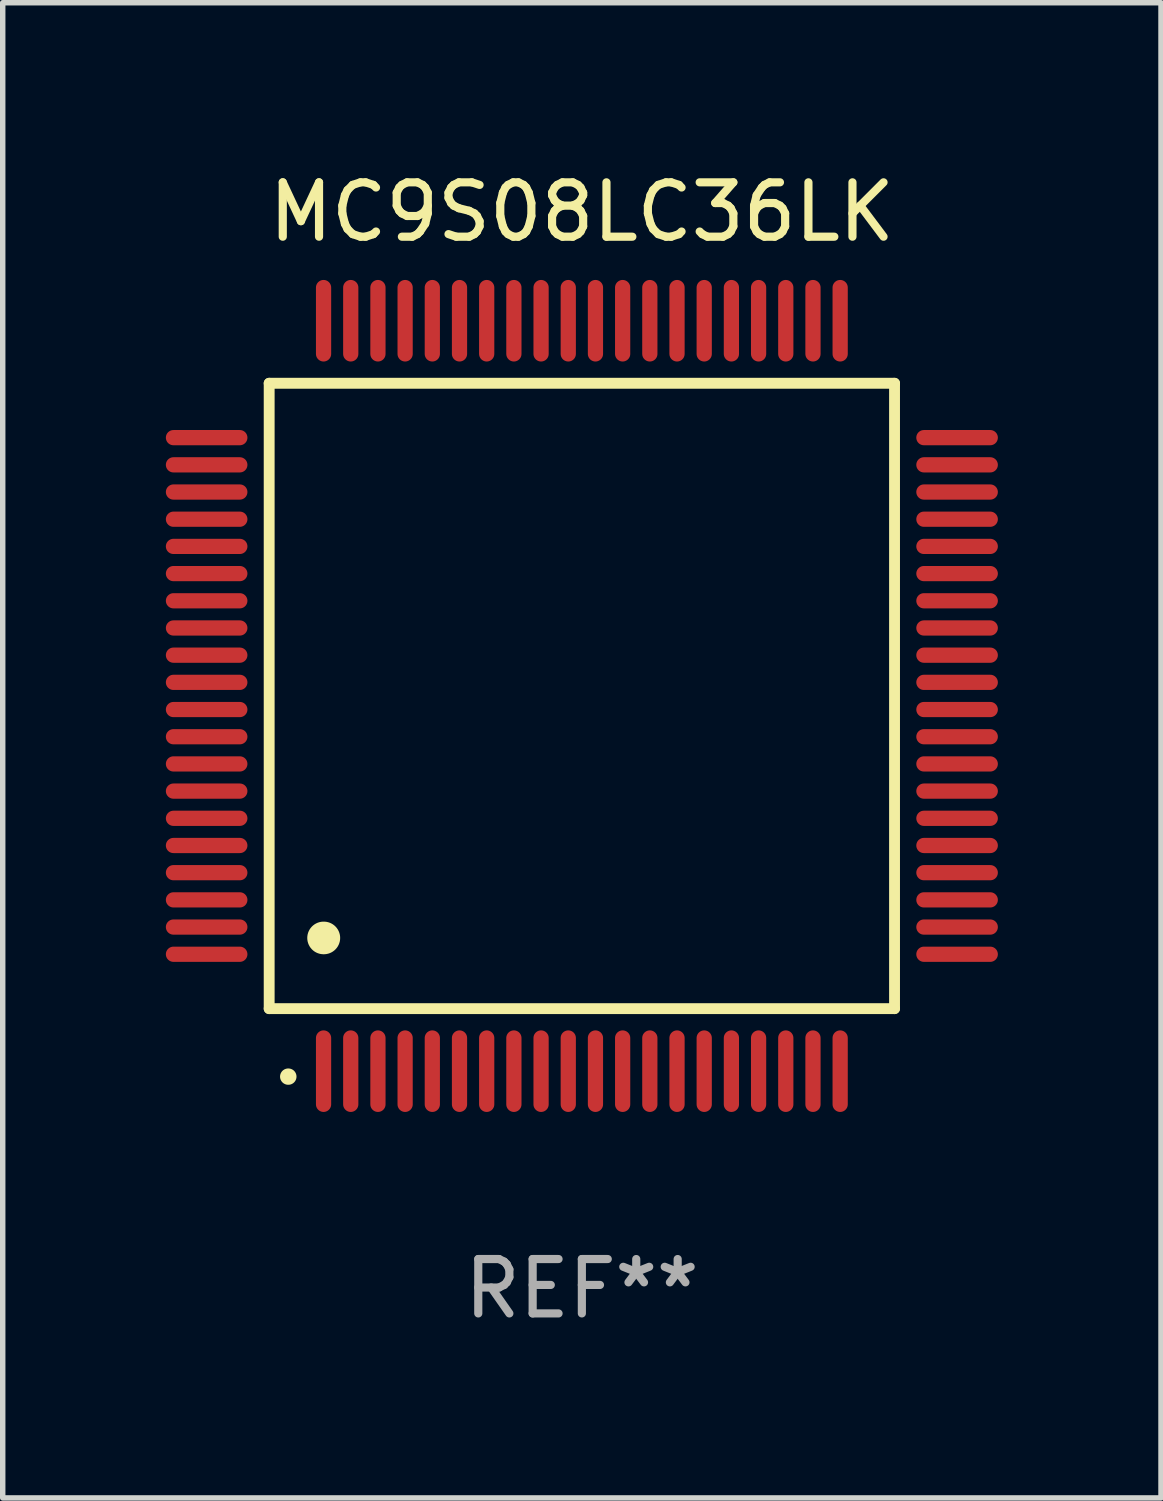
<source format=kicad_pcb>
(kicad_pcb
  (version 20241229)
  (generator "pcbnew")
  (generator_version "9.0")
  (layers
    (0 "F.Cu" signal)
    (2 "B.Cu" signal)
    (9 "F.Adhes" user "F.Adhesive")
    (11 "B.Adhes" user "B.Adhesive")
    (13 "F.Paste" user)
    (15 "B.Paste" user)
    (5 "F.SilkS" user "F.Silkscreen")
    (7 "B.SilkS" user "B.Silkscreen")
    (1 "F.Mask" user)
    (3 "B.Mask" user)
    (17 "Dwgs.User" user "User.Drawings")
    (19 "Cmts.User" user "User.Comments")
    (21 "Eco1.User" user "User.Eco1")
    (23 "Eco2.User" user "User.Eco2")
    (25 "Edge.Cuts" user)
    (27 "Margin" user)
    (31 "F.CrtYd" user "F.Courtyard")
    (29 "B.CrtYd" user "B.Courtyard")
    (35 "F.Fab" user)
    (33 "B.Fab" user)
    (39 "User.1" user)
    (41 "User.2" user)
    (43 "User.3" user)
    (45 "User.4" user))
  (footprint "MC9S08LC36LK"
    (layer "F.Cu")
    (at 7.65 9.748)
    (property "Reference" "MC9S08LC36LK" (at 0 -8.9 0) (layer "F.SilkS") (effects (font (size 1 1) (thickness 0.15))))
    (attr through_hole)
    (fp_line (start -5.75 -5.75) (end 5.75 -5.75) (stroke (width 0.2) (type solid)) (layer "F.SilkS"))
    (fp_line (start -5.75 5.75) (end -5.75 -5.75) (stroke (width 0.2) (type solid)) (layer "F.SilkS"))
    (fp_line (start 5.75 -5.75) (end 5.75 5.75) (stroke (width 0.2) (type solid)) (layer "F.SilkS"))
    (fp_line (start 5.75 5.75) (end -5.75 5.75) (stroke (width 0.2) (type solid)) (layer "F.SilkS"))
    (fp_arc (start -5.400051 7.000254) (mid -5.398781 7.000249) (end -5.397511 7.000254) (stroke (width 0.3) (type solid)) (layer "F.SilkS"))
    (fp_arc (start -4.749809 4.450089) (mid -4.747269 4.450078) (end -4.744729 4.450089) (stroke (width 0.6) (type solid)) (layer "F.SilkS"))
    (fp_text user "REF**" (at 0 10.9 0) (layer "F.Fab") (effects (font (size 1 1) (thickness 0.15))))
    (pad "1" smd oval (at -4.75 6.9) (size 0.28 1.5) (layers "F.Cu" "F.Mask" "F.Paste"))
    (pad "2" smd oval (at -4.25 6.9) (size 0.28 1.5) (layers "F.Cu" "F.Mask" "F.Paste"))
    (pad "3" smd oval (at -3.75 6.9) (size 0.28 1.5) (layers "F.Cu" "F.Mask" "F.Paste"))
    (pad "4" smd oval (at -3.25 6.9) (size 0.28 1.5) (layers "F.Cu" "F.Mask" "F.Paste"))
    (pad "5" smd oval (at -2.75 6.9) (size 0.28 1.5) (layers "F.Cu" "F.Mask" "F.Paste"))
    (pad "6" smd oval (at -2.25 6.9) (size 0.28 1.5) (layers "F.Cu" "F.Mask" "F.Paste"))
    (pad "7" smd oval (at -1.75 6.9) (size 0.28 1.5) (layers "F.Cu" "F.Mask" "F.Paste"))
    (pad "8" smd oval (at -1.25 6.9) (size 0.28 1.5) (layers "F.Cu" "F.Mask" "F.Paste"))
    (pad "9" smd oval (at -0.75 6.9) (size 0.28 1.5) (layers "F.Cu" "F.Mask" "F.Paste"))
    (pad "10" smd oval (at -0.25 6.9) (size 0.28 1.5) (layers "F.Cu" "F.Mask" "F.Paste"))
    (pad "11" smd oval (at 0.25 6.9) (size 0.28 1.5) (layers "F.Cu" "F.Mask" "F.Paste"))
    (pad "12" smd oval (at 0.75 6.9) (size 0.28 1.5) (layers "F.Cu" "F.Mask" "F.Paste"))
    (pad "13" smd oval (at 1.25 6.9) (size 0.28 1.5) (layers "F.Cu" "F.Mask" "F.Paste"))
    (pad "14" smd oval (at 1.75 6.9) (size 0.28 1.5) (layers "F.Cu" "F.Mask" "F.Paste"))
    (pad "15" smd oval (at 2.25 6.9) (size 0.28 1.5) (layers "F.Cu" "F.Mask" "F.Paste"))
    (pad "16" smd oval (at 2.75 6.9) (size 0.28 1.5) (layers "F.Cu" "F.Mask" "F.Paste"))
    (pad "17" smd oval (at 3.25 6.9) (size 0.28 1.5) (layers "F.Cu" "F.Mask" "F.Paste"))
    (pad "18" smd oval (at 3.75 6.9) (size 0.28 1.5) (layers "F.Cu" "F.Mask" "F.Paste"))
    (pad "19" smd oval (at 4.25 6.9) (size 0.28 1.5) (layers "F.Cu" "F.Mask" "F.Paste"))
    (pad "20" smd oval (at 4.75 6.9) (size 0.28 1.5) (layers "F.Cu" "F.Mask" "F.Paste"))
    (pad "21" smd oval (at 6.9 4.75) (size 1.5 0.28) (layers "F.Cu" "F.Mask" "F.Paste"))
    (pad "22" smd oval (at 6.9 4.25) (size 1.5 0.28) (layers "F.Cu" "F.Mask" "F.Paste"))
    (pad "23" smd oval (at 6.9 3.75) (size 1.5 0.28) (layers "F.Cu" "F.Mask" "F.Paste"))
    (pad "24" smd oval (at 6.9 3.25) (size 1.5 0.28) (layers "F.Cu" "F.Mask" "F.Paste"))
    (pad "25" smd oval (at 6.9 2.75) (size 1.5 0.28) (layers "F.Cu" "F.Mask" "F.Paste"))
    (pad "26" smd oval (at 6.9 2.25) (size 1.5 0.28) (layers "F.Cu" "F.Mask" "F.Paste"))
    (pad "27" smd oval (at 6.9 1.75) (size 1.5 0.28) (layers "F.Cu" "F.Mask" "F.Paste"))
    (pad "28" smd oval (at 6.9 1.25) (size 1.5 0.28) (layers "F.Cu" "F.Mask" "F.Paste"))
    (pad "29" smd oval (at 6.9 0.75) (size 1.5 0.28) (layers "F.Cu" "F.Mask" "F.Paste"))
    (pad "30" smd oval (at 6.9 0.25) (size 1.5 0.28) (layers "F.Cu" "F.Mask" "F.Paste"))
    (pad "31" smd oval (at 6.9 -0.25) (size 1.5 0.28) (layers "F.Cu" "F.Mask" "F.Paste"))
    (pad "32" smd oval (at 6.9 -0.75) (size 1.5 0.28) (layers "F.Cu" "F.Mask" "F.Paste"))
    (pad "33" smd oval (at 6.9 -1.25) (size 1.5 0.28) (layers "F.Cu" "F.Mask" "F.Paste"))
    (pad "34" smd oval (at 6.9 -1.75) (size 1.5 0.28) (layers "F.Cu" "F.Mask" "F.Paste"))
    (pad "35" smd oval (at 6.9 -2.25) (size 1.5 0.28) (layers "F.Cu" "F.Mask" "F.Paste"))
    (pad "36" smd oval (at 6.9 -2.75) (size 1.5 0.28) (layers "F.Cu" "F.Mask" "F.Paste"))
    (pad "37" smd oval (at 6.9 -3.25) (size 1.5 0.28) (layers "F.Cu" "F.Mask" "F.Paste"))
    (pad "38" smd oval (at 6.9 -3.75) (size 1.5 0.28) (layers "F.Cu" "F.Mask" "F.Paste"))
    (pad "39" smd oval (at 6.9 -4.25) (size 1.5 0.28) (layers "F.Cu" "F.Mask" "F.Paste"))
    (pad "40" smd oval (at 6.9 -4.75) (size 1.5 0.28) (layers "F.Cu" "F.Mask" "F.Paste"))
    (pad "41" smd oval (at 4.75 -6.9) (size 0.28 1.5) (layers "F.Cu" "F.Mask" "F.Paste"))
    (pad "42" smd oval (at 4.25 -6.9) (size 0.28 1.5) (layers "F.Cu" "F.Mask" "F.Paste"))
    (pad "43" smd oval (at 3.75 -6.9) (size 0.28 1.5) (layers "F.Cu" "F.Mask" "F.Paste"))
    (pad "44" smd oval (at 3.25 -6.9) (size 0.28 1.5) (layers "F.Cu" "F.Mask" "F.Paste"))
    (pad "45" smd oval (at 2.75 -6.9) (size 0.28 1.5) (layers "F.Cu" "F.Mask" "F.Paste"))
    (pad "46" smd oval (at 2.25 -6.9) (size 0.28 1.5) (layers "F.Cu" "F.Mask" "F.Paste"))
    (pad "47" smd oval (at 1.75 -6.9) (size 0.28 1.5) (layers "F.Cu" "F.Mask" "F.Paste"))
    (pad "48" smd oval (at 1.25 -6.9) (size 0.28 1.5) (layers "F.Cu" "F.Mask" "F.Paste"))
    (pad "49" smd oval (at 0.75 -6.9) (size 0.28 1.5) (layers "F.Cu" "F.Mask" "F.Paste"))
    (pad "50" smd oval (at 0.25 -6.9) (size 0.28 1.5) (layers "F.Cu" "F.Mask" "F.Paste"))
    (pad "51" smd oval (at -0.25 -6.9) (size 0.28 1.5) (layers "F.Cu" "F.Mask" "F.Paste"))
    (pad "52" smd oval (at -0.75 -6.9) (size 0.28 1.5) (layers "F.Cu" "F.Mask" "F.Paste"))
    (pad "53" smd oval (at -1.25 -6.9) (size 0.28 1.5) (layers "F.Cu" "F.Mask" "F.Paste"))
    (pad "54" smd oval (at -1.75 -6.9) (size 0.28 1.5) (layers "F.Cu" "F.Mask" "F.Paste"))
    (pad "55" smd oval (at -2.25 -6.9) (size 0.28 1.5) (layers "F.Cu" "F.Mask" "F.Paste"))
    (pad "56" smd oval (at -2.75 -6.9) (size 0.28 1.5) (layers "F.Cu" "F.Mask" "F.Paste"))
    (pad "57" smd oval (at -3.25 -6.9) (size 0.28 1.5) (layers "F.Cu" "F.Mask" "F.Paste"))
    (pad "58" smd oval (at -3.75 -6.9) (size 0.28 1.5) (layers "F.Cu" "F.Mask" "F.Paste"))
    (pad "59" smd oval (at -4.25 -6.9) (size 0.28 1.5) (layers "F.Cu" "F.Mask" "F.Paste"))
    (pad "60" smd oval (at -4.75 -6.9) (size 0.28 1.5) (layers "F.Cu" "F.Mask" "F.Paste"))
    (pad "61" smd oval (at -6.9 -4.75) (size 1.5 0.28) (layers "F.Cu" "F.Mask" "F.Paste"))
    (pad "62" smd oval (at -6.9 -4.25) (size 1.5 0.28) (layers "F.Cu" "F.Mask" "F.Paste"))
    (pad "63" smd oval (at -6.9 -3.75) (size 1.5 0.28) (layers "F.Cu" "F.Mask" "F.Paste"))
    (pad "64" smd oval (at -6.9 -3.25) (size 1.5 0.28) (layers "F.Cu" "F.Mask" "F.Paste"))
    (pad "65" smd oval (at -6.9 -2.75) (size 1.5 0.28) (layers "F.Cu" "F.Mask" "F.Paste"))
    (pad "66" smd oval (at -6.9 -2.25) (size 1.5 0.28) (layers "F.Cu" "F.Mask" "F.Paste"))
    (pad "67" smd oval (at -6.9 -1.75) (size 1.5 0.28) (layers "F.Cu" "F.Mask" "F.Paste"))
    (pad "68" smd oval (at -6.9 -1.25) (size 1.5 0.28) (layers "F.Cu" "F.Mask" "F.Paste"))
    (pad "69" smd oval (at -6.9 -0.75) (size 1.5 0.28) (layers "F.Cu" "F.Mask" "F.Paste"))
    (pad "70" smd oval (at -6.9 -0.25) (size 1.5 0.28) (layers "F.Cu" "F.Mask" "F.Paste"))
    (pad "71" smd oval (at -6.9 0.25) (size 1.5 0.28) (layers "F.Cu" "F.Mask" "F.Paste"))
    (pad "72" smd oval (at -6.9 0.75) (size 1.5 0.28) (layers "F.Cu" "F.Mask" "F.Paste"))
    (pad "73" smd oval (at -6.9 1.25) (size 1.5 0.28) (layers "F.Cu" "F.Mask" "F.Paste"))
    (pad "74" smd oval (at -6.9 1.75) (size 1.5 0.28) (layers "F.Cu" "F.Mask" "F.Paste"))
    (pad "75" smd oval (at -6.9 2.25) (size 1.5 0.28) (layers "F.Cu" "F.Mask" "F.Paste"))
    (pad "76" smd oval (at -6.9 2.75) (size 1.5 0.28) (layers "F.Cu" "F.Mask" "F.Paste"))
    (pad "77" smd oval (at -6.9 3.25) (size 1.5 0.28) (layers "F.Cu" "F.Mask" "F.Paste"))
    (pad "78" smd oval (at -6.9 3.75) (size 1.5 0.28) (layers "F.Cu" "F.Mask" "F.Paste"))
    (pad "79" smd oval (at -6.9 4.25) (size 1.5 0.28) (layers "F.Cu" "F.Mask" "F.Paste"))
    (pad "80" smd oval (at -6.9 4.75) (size 1.5 0.28) (layers "F.Cu" "F.Mask" "F.Paste")))
  (gr_rect
    (start -3 -3)
    (end 18.3 24.496)
    (stroke (width 0.1) (type default))
    (fill no)
    (layer "Edge.Cuts")))
</source>
